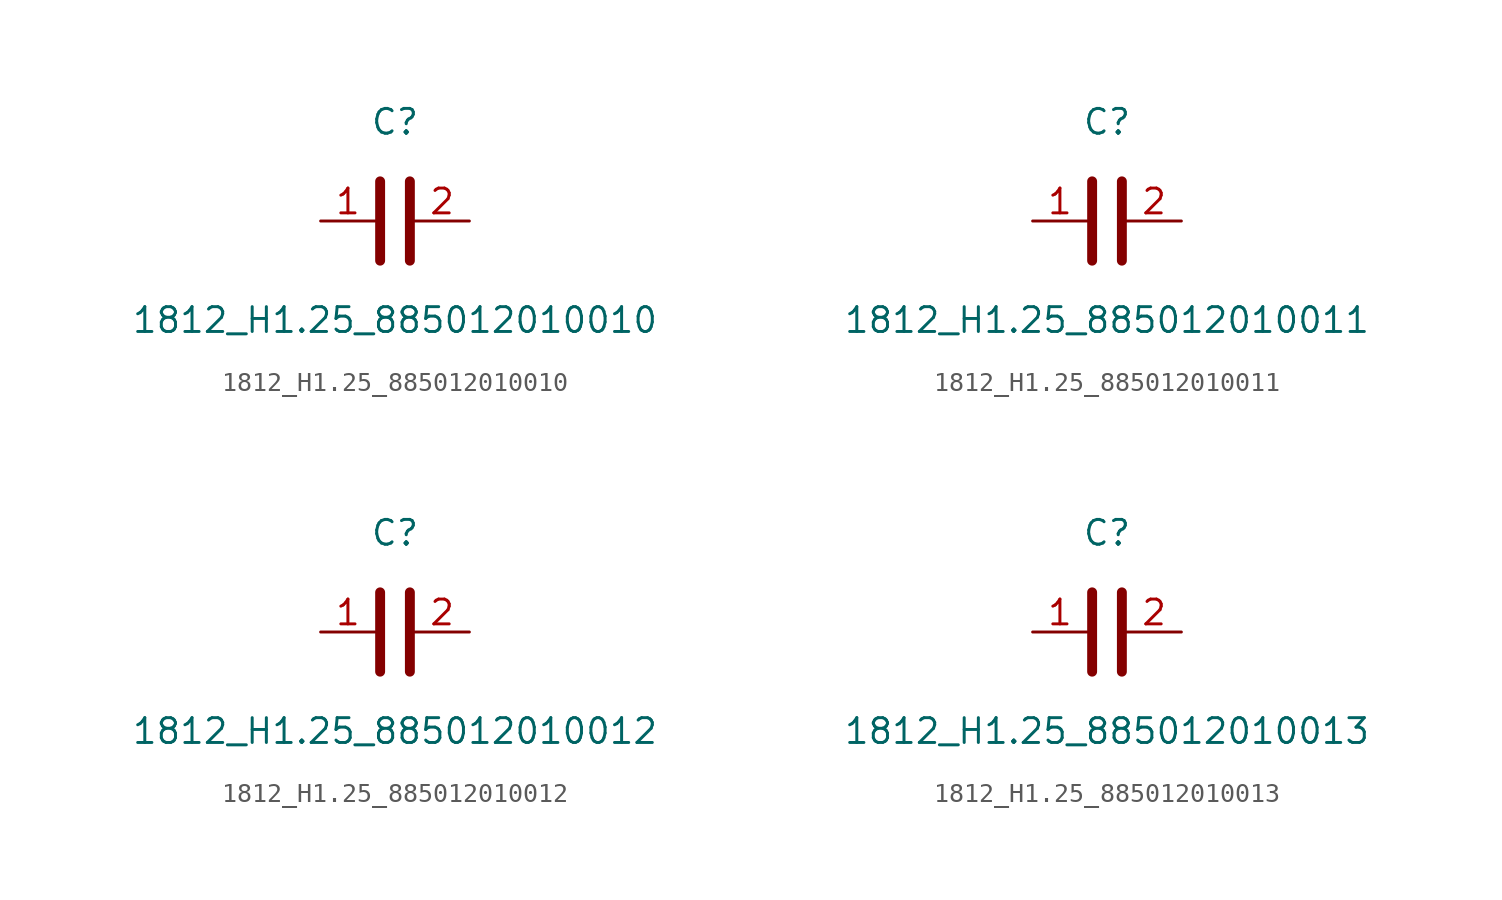
<source format=kicad_sym>
(kicad_symbol_lib
  (version 20220914)
  (generator kicad_symbol_editor)
  (symbol "1812_H1.25_885012010010"
    (pin_names hide)
    (property "Reference" "C"
      (at 0 5.08 0)
      (effects (font (size 1.27 1.27))))
    (property "Value" "1812_H1.25_885012010010"
      (at 0 -5.08 0)
      (effects (font (size 1.27 1.27))))
    (symbol "1812_H1.25_885012010010_0_1"
      (polyline (pts (xy -0.762 -2.032) (xy -0.762 2.032)) (stroke (width 0.508) (type default)) (fill (type none)))
      (polyline (pts (xy 0.762 -2.032) (xy 0.762 2.032)) (stroke (width 0.508) (type default)) (fill (type none))))
    (symbol "1812_H1.25_885012010010_1_1"
      (pin passive line (at -3.81 0 0) (length 2.794) (name "1" (effects (font (size 1.27 1.27)))) (number "1" (effects (font (size 1.27 1.27)))))
      (pin passive line (at 3.81 0 180) (length 2.794) (name "2" (effects (font (size 1.27 1.27)))) (number "2" (effects (font (size 1.27 1.27)))))))
  (symbol "1812_H1.25_885012010011"
    (pin_names hide)
    (property "Reference" "C"
      (at 0 5.08 0)
      (effects (font (size 1.27 1.27))))
    (property "Value" "1812_H1.25_885012010011"
      (at 0 -5.08 0)
      (effects (font (size 1.27 1.27))))
    (symbol "1812_H1.25_885012010011_0_1"
      (polyline (pts (xy -0.762 -2.032) (xy -0.762 2.032)) (stroke (width 0.508) (type default)) (fill (type none)))
      (polyline (pts (xy 0.762 -2.032) (xy 0.762 2.032)) (stroke (width 0.508) (type default)) (fill (type none))))
    (symbol "1812_H1.25_885012010011_1_1"
      (pin passive line (at -3.81 0 0) (length 2.794) (name "1" (effects (font (size 1.27 1.27)))) (number "1" (effects (font (size 1.27 1.27)))))
      (pin passive line (at 3.81 0 180) (length 2.794) (name "2" (effects (font (size 1.27 1.27)))) (number "2" (effects (font (size 1.27 1.27)))))))
  (symbol "1812_H1.25_885012010012"
    (pin_names hide)
    (property "Reference" "C"
      (at 0 5.08 0)
      (effects (font (size 1.27 1.27))))
    (property "Value" "1812_H1.25_885012010012"
      (at 0 -5.08 0)
      (effects (font (size 1.27 1.27))))
    (symbol "1812_H1.25_885012010012_0_1"
      (polyline (pts (xy -0.762 -2.032) (xy -0.762 2.032)) (stroke (width 0.508) (type default)) (fill (type none)))
      (polyline (pts (xy 0.762 -2.032) (xy 0.762 2.032)) (stroke (width 0.508) (type default)) (fill (type none))))
    (symbol "1812_H1.25_885012010012_1_1"
      (pin passive line (at -3.81 0 0) (length 2.794) (name "1" (effects (font (size 1.27 1.27)))) (number "1" (effects (font (size 1.27 1.27)))))
      (pin passive line (at 3.81 0 180) (length 2.794) (name "2" (effects (font (size 1.27 1.27)))) (number "2" (effects (font (size 1.27 1.27)))))))
  (symbol "1812_H1.25_885012010013"
    (pin_names hide)
    (property "Reference" "C"
      (at 0 5.08 0)
      (effects (font (size 1.27 1.27))))
    (property "Value" "1812_H1.25_885012010013"
      (at 0 -5.08 0)
      (effects (font (size 1.27 1.27))))
    (symbol "1812_H1.25_885012010013_0_1"
      (polyline (pts (xy -0.762 -2.032) (xy -0.762 2.032)) (stroke (width 0.508) (type default)) (fill (type none)))
      (polyline (pts (xy 0.762 -2.032) (xy 0.762 2.032)) (stroke (width 0.508) (type default)) (fill (type none))))
    (symbol "1812_H1.25_885012010013_1_1"
      (pin passive line (at -3.81 0 0) (length 2.794) (name "1" (effects (font (size 1.27 1.27)))) (number "1" (effects (font (size 1.27 1.27)))))
      (pin passive line (at 3.81 0 180) (length 2.794) (name "2" (effects (font (size 1.27 1.27)))) (number "2" (effects (font (size 1.27 1.27))))))))
</source>
